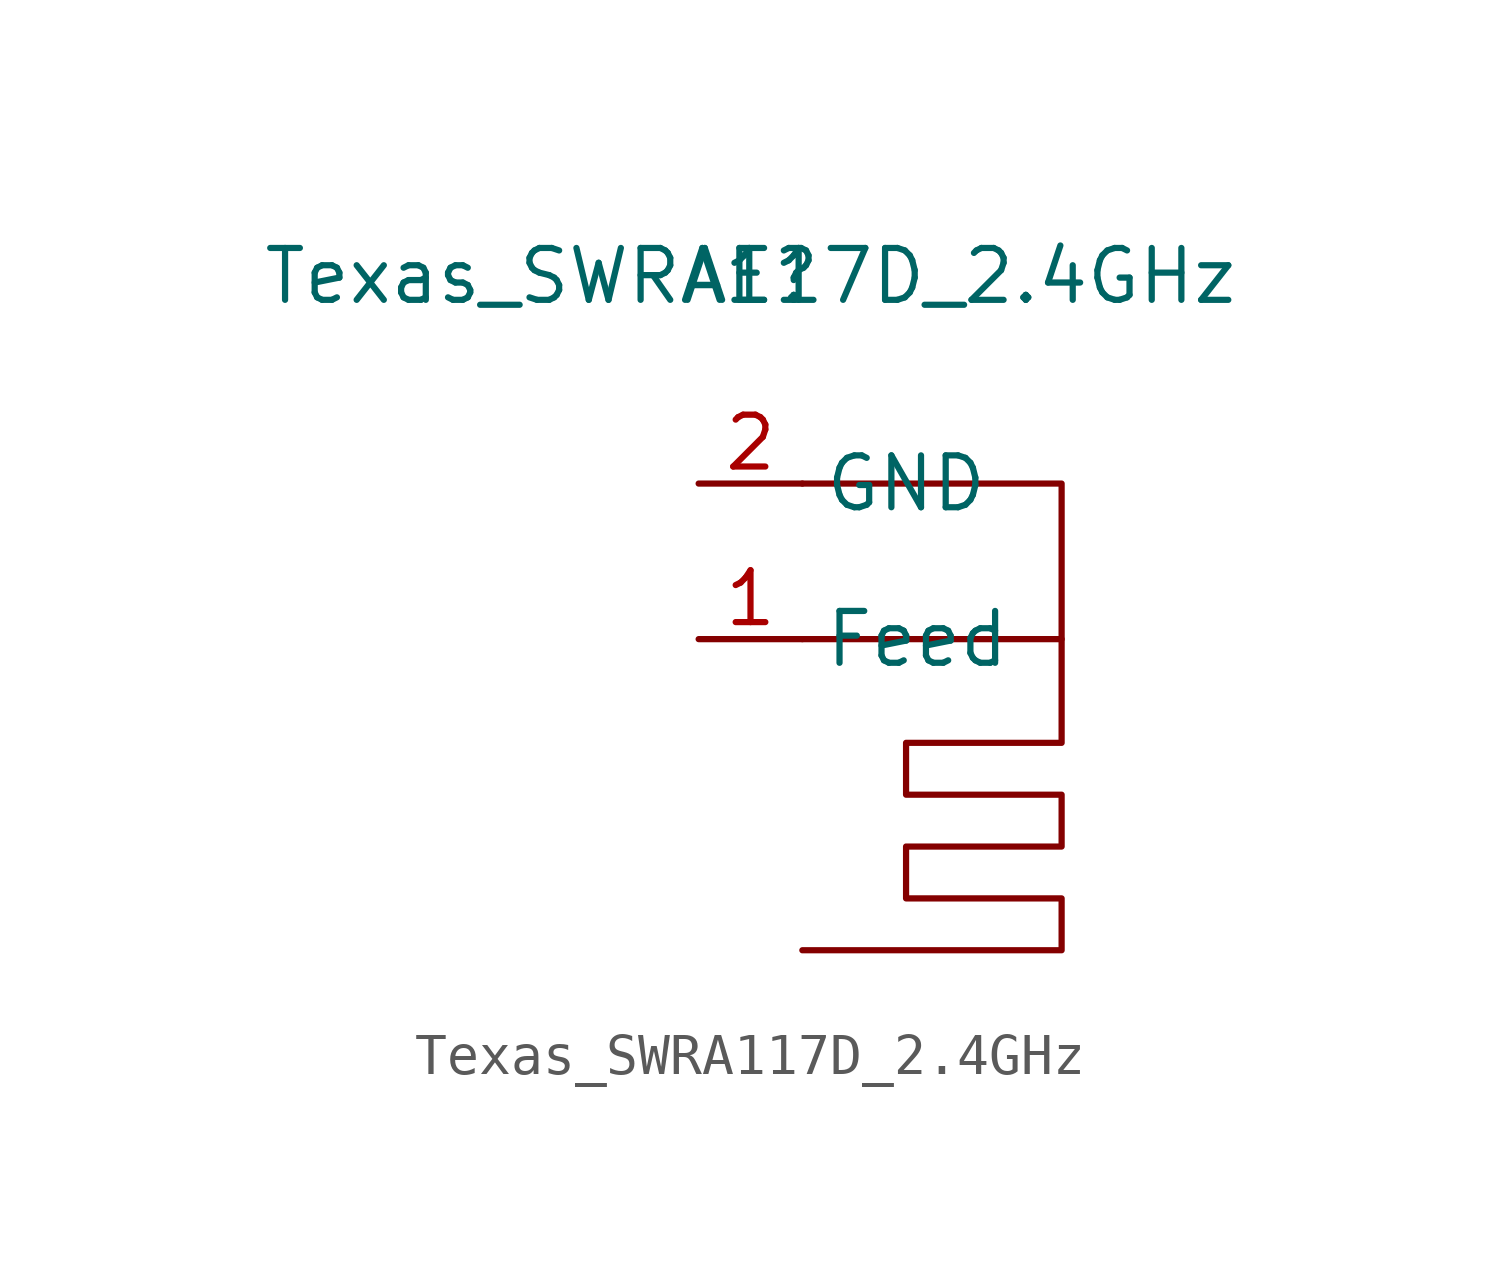
<source format=kicad_sym>
(kicad_symbol_lib
  (version 20211014)
  (generator kicad_symbol_editor)
  (symbol "Texas_SWRA117D_2.4GHz"
    (property "Reference" "AE"
      (at 0 0 0)
      (effects (font (size 1.27 1.27))))
    (property "Value" "Texas_SWRA117D_2.4GHz"
      (at 0 0 0)
      (effects (font (size 1.27 1.27))))
    (symbol "Texas_SWRA117D_2.4GHz_0_1"
      (polyline (pts (xy 1.27 -5.08) (xy 7.62 -5.08) (xy 7.62 -8.89) (xy 1.27 -8.89) (xy 6.35 -8.89)) (stroke (width 0) (type default) (color 0 0 0 0)) (fill (type none)))
      (polyline (pts (xy 7.62 -8.89) (xy 7.62 -11.43) (xy 3.81 -11.43) (xy 3.81 -12.7) (xy 7.62 -12.7) (xy 7.62 -13.97) (xy 3.81 -13.97) (xy 3.81 -15.24) (xy 7.62 -15.24) (xy 7.62 -16.51) (xy 1.27 -16.51)) (stroke (width 0) (type default) (color 0 0 0 0)) (fill (type none))))
    (symbol "Texas_SWRA117D_2.4GHz_1_1"
      (pin input line (at -1.27 -8.89 0) (length 2.54) (name "Feed" (effects (font (size 1.27 1.27)))) (number "1" (effects (font (size 1.27 1.27)))))
      (pin input line (at -1.27 -5.08 0) (length 2.54) (name "GND" (effects (font (size 1.27 1.27)))) (number "2" (effects (font (size 1.27 1.27))))))))
</source>
